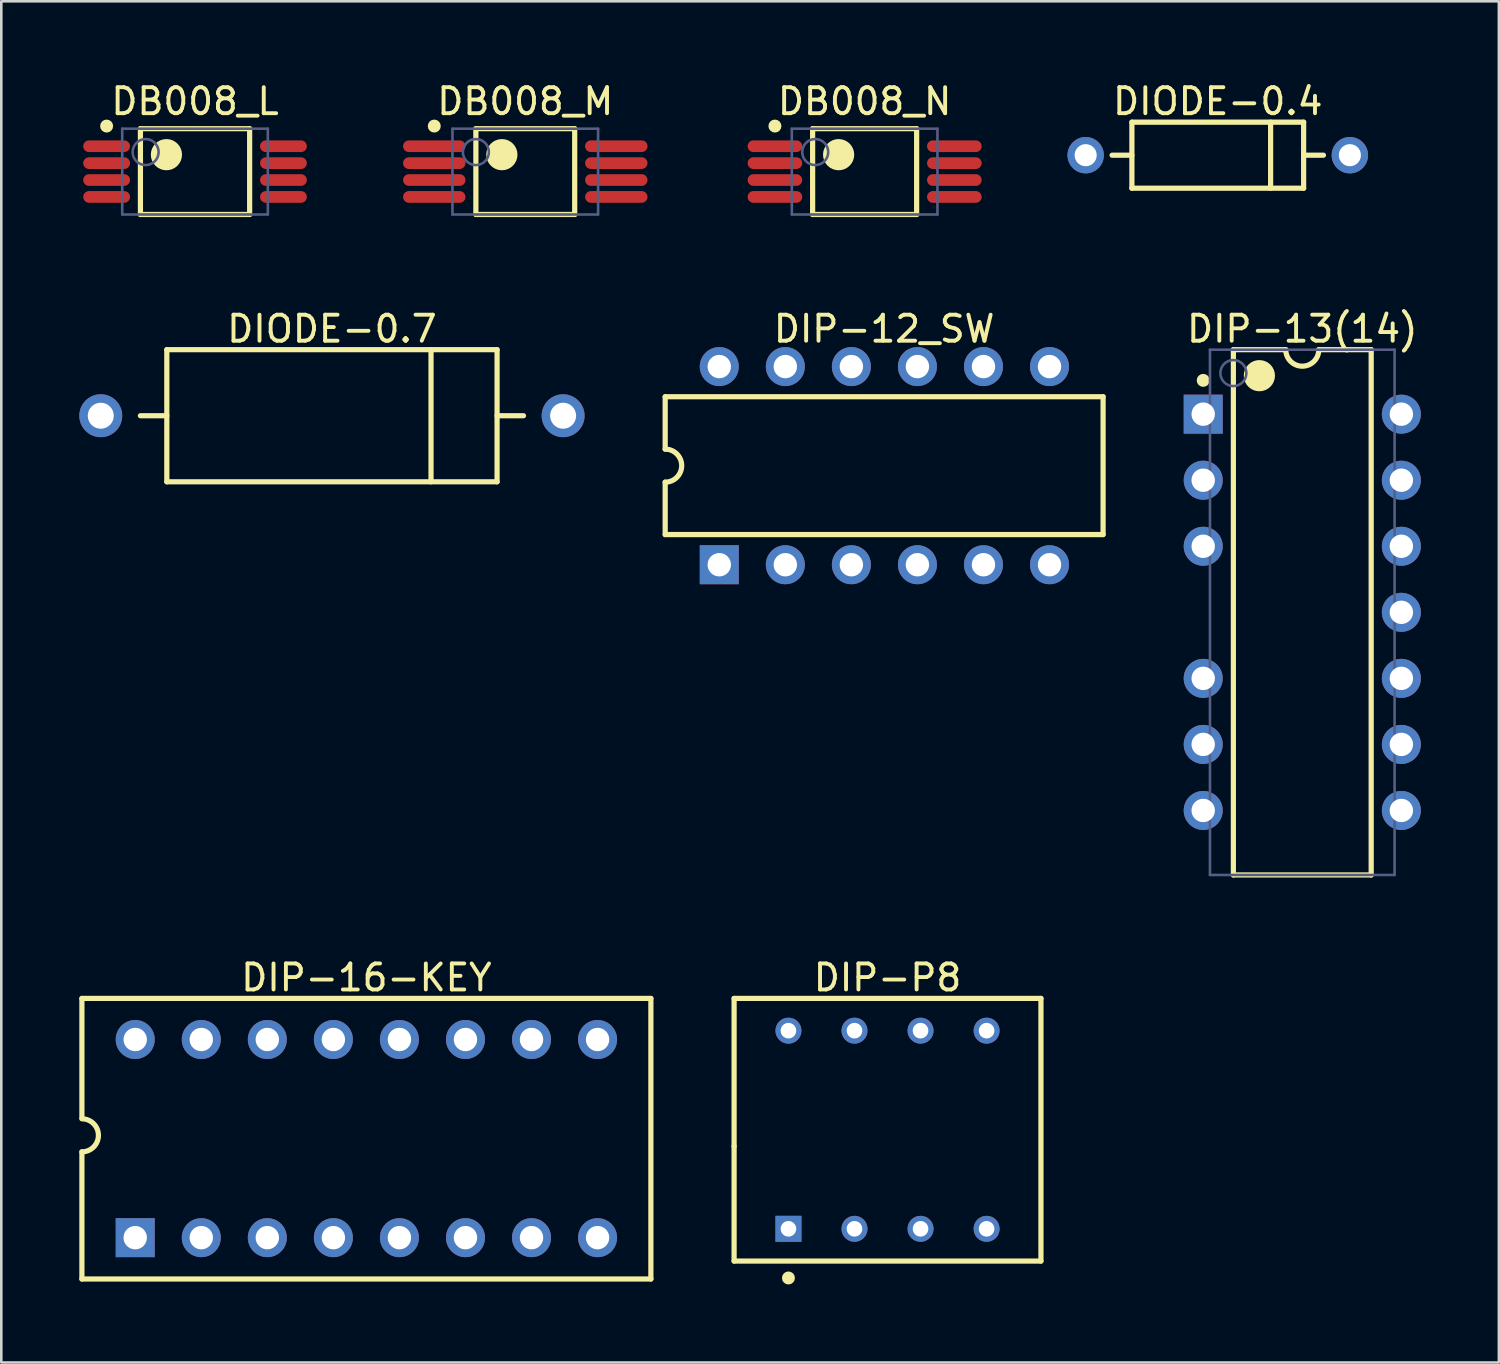
<source format=kicad_pcb>
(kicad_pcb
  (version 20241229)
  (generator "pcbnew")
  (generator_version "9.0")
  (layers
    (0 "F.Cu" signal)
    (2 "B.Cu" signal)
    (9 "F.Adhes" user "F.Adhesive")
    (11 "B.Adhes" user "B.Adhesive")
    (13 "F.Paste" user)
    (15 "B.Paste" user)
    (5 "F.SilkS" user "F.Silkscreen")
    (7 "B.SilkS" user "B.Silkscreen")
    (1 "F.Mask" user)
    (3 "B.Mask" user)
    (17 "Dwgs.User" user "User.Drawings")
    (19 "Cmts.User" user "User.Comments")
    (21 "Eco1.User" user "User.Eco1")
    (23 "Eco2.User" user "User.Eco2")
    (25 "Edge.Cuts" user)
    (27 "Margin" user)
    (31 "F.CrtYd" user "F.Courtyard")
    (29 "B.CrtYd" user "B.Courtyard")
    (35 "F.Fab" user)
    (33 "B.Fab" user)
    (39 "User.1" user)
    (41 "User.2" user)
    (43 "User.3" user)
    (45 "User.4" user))
  (footprint "DIODE-0.7"
    (layer "F.Cu")
    (at 9.715 12.937)
    (property "Reference" "DIODE-0.7" (at 0 -3.34 0) (layer "F.SilkS") (effects (font (size 1 1) (thickness 0.15))))
    (fp_line (start -7.366 0) (end -6.35 0) (stroke (width 0.2) (type solid)) (layer "F.SilkS"))
    (fp_line (start -6.35 -2.54) (end 6.35 -2.54) (stroke (width 0.2) (type solid)) (layer "F.SilkS"))
    (fp_line (start -6.35 2.54) (end -6.35 -2.54) (stroke (width 0.2) (type solid)) (layer "F.SilkS"))
    (fp_line (start -6.35 2.54) (end 6.35 2.54) (stroke (width 0.2) (type solid)) (layer "F.SilkS"))
    (fp_line (start 3.81 2.54) (end 3.81 -2.54) (stroke (width 0.2) (type solid)) (layer "F.SilkS"))
    (fp_line (start 6.35 0) (end 7.366 0) (stroke (width 0.2) (type solid)) (layer "F.SilkS"))
    (fp_line (start 6.35 2.54) (end 6.35 -2.54) (stroke (width 0.2) (type solid)) (layer "F.SilkS"))
    (pad "1" thru_hole circle (at -8.89 0) (size 1.65 1.65) (drill 1) (layers "*.Cu" "*.Mask"))
    (pad "2" thru_hole circle (at 8.89 0) (size 1.65 1.65) (drill 1) (layers "*.Cu" "*.Mask")))
  (footprint "DIODE-0.4"
    (layer "F.Cu")
    (at 43.78 2.918)
    (property "Reference" "DIODE-0.4" (at 0 -2.07 0) (layer "F.SilkS") (effects (font (size 1 1) (thickness 0.15))))
    (fp_line (start -4.064 0) (end -3.302 0) (stroke (width 0.2) (type solid)) (layer "F.SilkS"))
    (fp_line (start -3.302 -1.27) (end 3.302 -1.27) (stroke (width 0.2) (type solid)) (layer "F.SilkS"))
    (fp_line (start -3.302 1.27) (end -3.302 -1.27) (stroke (width 0.2) (type solid)) (layer "F.SilkS"))
    (fp_line (start -3.302 1.27) (end 3.302 1.27) (stroke (width 0.2) (type solid)) (layer "F.SilkS"))
    (fp_line (start 2.032 1.27) (end 2.032 -1.27) (stroke (width 0.2) (type solid)) (layer "F.SilkS"))
    (fp_line (start 3.302 0) (end 4.064 0) (stroke (width 0.2) (type solid)) (layer "F.SilkS"))
    (fp_line (start 3.302 1.27) (end 3.302 -1.27) (stroke (width 0.2) (type solid)) (layer "F.SilkS"))
    (pad "1" thru_hole circle (at -5.08 0) (size 1.4 1.4) (drill 0.85) (layers "*.Cu" "*.Mask"))
    (pad "2" thru_hole circle (at 5.08 0) (size 1.4 1.4) (drill 0.85) (layers "*.Cu" "*.Mask")))
  (footprint "DB008_M"
    (layer "F.Cu")
    (at 17.15 3.548)
    (property "Reference" "DB008_M" (at 0 -2.7 0) (layer "F.SilkS") (effects (font (size 1 1) (thickness 0.15))))
    (fp_line (start -1.9 -1.65) (end 1.9 -1.65) (stroke (width 0.2) (type solid)) (layer "F.SilkS"))
    (fp_line (start -1.9 1.65) (end -1.9 -1.65) (stroke (width 0.2) (type solid)) (layer "F.SilkS"))
    (fp_line (start -1.9 1.65) (end 1.9 1.65) (stroke (width 0.2) (type solid)) (layer "F.SilkS"))
    (fp_line (start 1.9 1.65) (end 1.9 -1.65) (stroke (width 0.2) (type solid)) (layer "F.SilkS"))
    (fp_circle (center -3.5 -1.75) (end -3.5 -1.875) (stroke (width 0.25) (type solid)) (fill no) (layer "F.SilkS"))
    (fp_circle (center -0.9 -0.65) (end -0.9 -0.95) (stroke (width 0.6) (type solid)) (fill no) (layer "F.SilkS"))
    (fp_line (start -5.2 -2.15) (end 5.2 -2.15) (stroke (width 0.1) (type solid)) (layer "Eco2.User"))
    (fp_line (start -5.2 2.15) (end -5.2 -2.15) (stroke (width 0.1) (type solid)) (layer "Eco2.User"))
    (fp_line (start -5.2 2.15) (end 5.2 2.15) (stroke (width 0.1) (type solid)) (layer "Eco2.User"))
    (fp_line (start -0.5 0) (end 0.5 0) (stroke (width 0.1) (type solid)) (layer "Eco2.User"))
    (fp_line (start 0 0.5) (end 0 -0.5) (stroke (width 0.1) (type solid)) (layer "Eco2.User"))
    (fp_line (start 5.2 2.15) (end 5.2 -2.15) (stroke (width 0.1) (type solid)) (layer "Eco2.User"))
    (fp_line (start -2.8 -1.65) (end 2.8 -1.65) (stroke (width 0.1) (type solid)) (layer "B.Fab"))
    (fp_line (start -2.8 1.65) (end -2.8 -1.65) (stroke (width 0.1) (type solid)) (layer "B.Fab"))
    (fp_line (start -2.8 1.65) (end 2.8 1.65) (stroke (width 0.1) (type solid)) (layer "B.Fab"))
    (fp_line (start 2.8 1.65) (end 2.8 -1.65) (stroke (width 0.1) (type solid)) (layer "B.Fab"))
    (fp_circle (center -1.9 -0.75) (end -1.9 -1.25) (stroke (width 0.1) (type solid)) (fill no) (layer "B.Fab"))
    (pad "1" smd oval (at -3.5 -0.975 90) (size 0.45 2.4) (layers "F.Cu" "F.Mask" "F.Paste"))
    (pad "2" smd oval (at -3.5 -0.325 90) (size 0.45 2.4) (layers "F.Cu" "F.Mask" "F.Paste"))
    (pad "3" smd oval (at -3.5 0.325 90) (size 0.45 2.4) (layers "F.Cu" "F.Mask" "F.Paste"))
    (pad "4" smd oval (at -3.5 0.975 90) (size 0.45 2.4) (layers "F.Cu" "F.Mask" "F.Paste"))
    (pad "5" smd oval (at 3.5 0.975 90) (size 0.45 2.4) (layers "F.Cu" "F.Mask" "F.Paste"))
    (pad "6" smd oval (at 3.5 0.325 90) (size 0.45 2.4) (layers "F.Cu" "F.Mask" "F.Paste"))
    (pad "7" smd oval (at 3.5 -0.325 90) (size 0.45 2.4) (layers "F.Cu" "F.Mask" "F.Paste"))
    (pad "8" smd oval (at 3.5 -0.975 90) (size 0.45 2.4) (layers "F.Cu" "F.Mask" "F.Paste")))
  (footprint "DIP-P8"
    (layer "F.Cu")
    (at 31.08 40.395)
    (property "Reference" "DIP-P8" (at 0 -5.85 0) (layer "F.SilkS") (effects (font (size 1 1) (thickness 0.15))))
    (fp_line (start -5.9 -5.05) (end 5.9 -5.05) (stroke (width 0.2) (type solid)) (layer "F.SilkS"))
    (fp_line (start -5.9 0.635) (end -5.9 -5.05) (stroke (width 0.2) (type solid)) (layer "F.SilkS"))
    (fp_line (start -5.9 5.05) (end -5.9 0.635) (stroke (width 0.2) (type solid)) (layer "F.SilkS"))
    (fp_line (start -5.9 5.05) (end 5.9 5.05) (stroke (width 0.2) (type solid)) (layer "F.SilkS"))
    (fp_line (start 5.9 5.05) (end 5.9 -5.05) (stroke (width 0.2) (type solid)) (layer "F.SilkS"))
    (fp_circle (center -3.81 5.7) (end -3.81 5.575) (stroke (width 0.25) (type solid)) (fill no) (layer "F.SilkS"))
    (pad "1" thru_hole rect (at -3.81 3.81 90) (size 1 1) (drill 0.6) (layers "*.Cu" "*.Mask"))
    (pad "2" thru_hole circle (at -1.27 3.81) (size 1 1) (drill 0.6) (layers "*.Cu" "*.Mask"))
    (pad "3" thru_hole circle (at 1.27 3.81) (size 1 1) (drill 0.6) (layers "*.Cu" "*.Mask"))
    (pad "4" thru_hole circle (at 3.81 3.81 90) (size 1 1) (drill 0.6) (layers "*.Cu" "*.Mask"))
    (pad "5" thru_hole circle (at 3.81 -3.81 90) (size 1 1) (drill 0.6) (layers "*.Cu" "*.Mask"))
    (pad "6" thru_hole circle (at 1.27 -3.81) (size 1 1) (drill 0.6) (layers "*.Cu" "*.Mask"))
    (pad "7" thru_hole circle (at -1.27 -3.81 90) (size 1 1) (drill 0.6) (layers "*.Cu" "*.Mask"))
    (pad "8" thru_hole circle (at -3.81 -3.81) (size 1 1) (drill 0.6) (layers "*.Cu" "*.Mask")))
  (footprint "DB008_N"
    (layer "F.Cu")
    (at 30.2 3.548)
    (property "Reference" "DB008_N" (at 0 -2.7 0) (layer "F.SilkS") (effects (font (size 1 1) (thickness 0.15))))
    (fp_line (start -2 -1.65) (end 2 -1.65) (stroke (width 0.2) (type solid)) (layer "F.SilkS"))
    (fp_line (start -2 1.65) (end -2 -1.65) (stroke (width 0.2) (type solid)) (layer "F.SilkS"))
    (fp_line (start -2 1.65) (end 2 1.65) (stroke (width 0.2) (type solid)) (layer "F.SilkS"))
    (fp_line (start 2 1.65) (end 2 -1.65) (stroke (width 0.2) (type solid)) (layer "F.SilkS"))
    (fp_circle (center -3.45 -1.75) (end -3.45 -1.875) (stroke (width 0.25) (type solid)) (fill no) (layer "F.SilkS"))
    (fp_circle (center -1 -0.65) (end -1 -0.95) (stroke (width 0.6) (type solid)) (fill no) (layer "F.SilkS"))
    (fp_line (start -4.75 -1.9) (end 4.75 -1.9) (stroke (width 0.1) (type solid)) (layer "Eco2.User"))
    (fp_line (start -4.75 1.9) (end -4.75 -1.9) (stroke (width 0.1) (type solid)) (layer "Eco2.User"))
    (fp_line (start -4.75 1.9) (end 4.75 1.9) (stroke (width 0.1) (type solid)) (layer "Eco2.User"))
    (fp_line (start -0.5 0) (end 0.5 0) (stroke (width 0.1) (type solid)) (layer "Eco2.User"))
    (fp_line (start 0 0.5) (end 0 -0.5) (stroke (width 0.1) (type solid)) (layer "Eco2.User"))
    (fp_line (start 4.75 1.9) (end 4.75 -1.9) (stroke (width 0.1) (type solid)) (layer "Eco2.User"))
    (fp_line (start -2.8 -1.65) (end 2.8 -1.65) (stroke (width 0.1) (type solid)) (layer "B.Fab"))
    (fp_line (start -2.8 1.65) (end -2.8 -1.65) (stroke (width 0.1) (type solid)) (layer "B.Fab"))
    (fp_line (start -2.8 1.65) (end 2.8 1.65) (stroke (width 0.1) (type solid)) (layer "B.Fab"))
    (fp_line (start 2.8 1.65) (end 2.8 -1.65) (stroke (width 0.1) (type solid)) (layer "B.Fab"))
    (fp_circle (center -1.9 -0.75) (end -1.9 -1.25) (stroke (width 0.1) (type solid)) (fill no) (layer "B.Fab"))
    (pad "1" smd oval (at -3.45 -0.975 90) (size 0.45 2.1) (layers "F.Cu" "F.Mask" "F.Paste"))
    (pad "2" smd oval (at -3.45 -0.325 90) (size 0.45 2.1) (layers "F.Cu" "F.Mask" "F.Paste"))
    (pad "3" smd oval (at -3.45 0.325 90) (size 0.45 2.1) (layers "F.Cu" "F.Mask" "F.Paste"))
    (pad "4" smd oval (at -3.45 0.975 90) (size 0.45 2.1) (layers "F.Cu" "F.Mask" "F.Paste"))
    (pad "5" smd oval (at 3.45 0.975 90) (size 0.45 2.1) (layers "F.Cu" "F.Mask" "F.Paste"))
    (pad "6" smd oval (at 3.45 0.325 90) (size 0.45 2.1) (layers "F.Cu" "F.Mask" "F.Paste"))
    (pad "7" smd oval (at 3.45 -0.325 90) (size 0.45 2.1) (layers "F.Cu" "F.Mask" "F.Paste"))
    (pad "8" smd oval (at 3.45 -0.975 90) (size 0.45 2.1) (layers "F.Cu" "F.Mask" "F.Paste")))
  (footprint "DIP-16-KEY"
    (layer "F.Cu")
    (at 2.15 44.545)
    (property "Reference" "DIP-16-KEY" (at 8.89 -10 0) (layer "F.SilkS") (effects (font (size 1 1) (thickness 0.15))))
    (fp_line (start -2.05 -9.2) (end 19.83 -9.2) (stroke (width 0.2) (type solid)) (layer "F.SilkS"))
    (fp_line (start -2.05 -4.6) (end -2.05 -9.2) (stroke (width 0.2) (type solid)) (layer "F.SilkS"))
    (fp_line (start -2.05 1.59) (end -2.05 -3.3) (stroke (width 0.2) (type solid)) (layer "F.SilkS"))
    (fp_line (start -2.05 1.59) (end 19.83 1.59) (stroke (width 0.2) (type solid)) (layer "F.SilkS"))
    (fp_line (start 19.83 1.59) (end 19.83 -9.2) (stroke (width 0.2) (type solid)) (layer "F.SilkS"))
    (fp_arc (start -2.05 -4.57) (mid -1.415 -3.935) (end -2.05 -3.3) (stroke (width 0.2) (type solid)) (layer "F.SilkS"))
    (pad "1" thru_hole rect (at 0 0 90) (size 1.5 1.5) (drill 0.9) (layers "*.Cu" "*.Mask"))
    (pad "2" thru_hole circle (at 2.54 0 90) (size 1.5 1.5) (drill 0.9) (layers "*.Cu" "*.Mask"))
    (pad "3" thru_hole circle (at 5.08 0 90) (size 1.5 1.5) (drill 0.9) (layers "*.Cu" "*.Mask"))
    (pad "4" thru_hole circle (at 7.62 0 90) (size 1.5 1.5) (drill 0.9) (layers "*.Cu" "*.Mask"))
    (pad "5" thru_hole circle (at 10.16 0 90) (size 1.5 1.5) (drill 0.9) (layers "*.Cu" "*.Mask"))
    (pad "6" thru_hole circle (at 12.7 0 90) (size 1.5 1.5) (drill 0.9) (layers "*.Cu" "*.Mask"))
    (pad "7" thru_hole circle (at 15.24 0 90) (size 1.5 1.5) (drill 0.9) (layers "*.Cu" "*.Mask"))
    (pad "8" thru_hole circle (at 17.78 0 90) (size 1.5 1.5) (drill 0.9) (layers "*.Cu" "*.Mask"))
    (pad "9" thru_hole circle (at 17.78 -7.62 90) (size 1.5 1.5) (drill 0.9) (layers "*.Cu" "*.Mask"))
    (pad "10" thru_hole circle (at 15.24 -7.62 90) (size 1.5 1.5) (drill 0.9) (layers "*.Cu" "*.Mask"))
    (pad "11" thru_hole circle (at 12.7 -7.62 90) (size 1.5 1.5) (drill 0.9) (layers "*.Cu" "*.Mask"))
    (pad "12" thru_hole circle (at 10.16 -7.62 90) (size 1.5 1.5) (drill 0.9) (layers "*.Cu" "*.Mask"))
    (pad "13" thru_hole circle (at 7.62 -7.62 90) (size 1.5 1.5) (drill 0.9) (layers "*.Cu" "*.Mask"))
    (pad "14" thru_hole circle (at 5.08 -7.62 90) (size 1.5 1.5) (drill 0.9) (layers "*.Cu" "*.Mask"))
    (pad "15" thru_hole circle (at 2.54 -7.62 90) (size 1.5 1.5) (drill 0.9) (layers "*.Cu" "*.Mask"))
    (pad "16" thru_hole circle (at 0 -7.62 90) (size 1.5 1.5) (drill 0.9) (layers "*.Cu" "*.Mask")))
  (footprint "DIP-13(14)"
    (layer "F.Cu")
    (at 47.03 20.497)
    (property "Reference" "DIP-13(14)" (at 0 -10.9 0) (layer "F.SilkS") (effects (font (size 1 1) (thickness 0.15))))
    (fp_line (start -2.65 -10.1) (end -0.635 -10.1) (stroke (width 0.2) (type solid)) (layer "F.SilkS"))
    (fp_line (start -2.65 10.1) (end -2.65 -10.1) (stroke (width 0.2) (type solid)) (layer "F.SilkS"))
    (fp_line (start -2.65 10.1) (end 2.65 10.1) (stroke (width 0.2) (type solid)) (layer "F.SilkS"))
    (fp_line (start 0.635 -10.1) (end 2.65 -10.1) (stroke (width 0.2) (type solid)) (layer "F.SilkS"))
    (fp_line (start 2.65 10.1) (end 2.65 -10.1) (stroke (width 0.2) (type solid)) (layer "F.SilkS"))
    (fp_arc (start 0.635 -10.1) (mid 0 -9.465) (end -0.635 -10.1) (stroke (width 0.2) (type solid)) (layer "F.SilkS"))
    (fp_circle (center -3.81 -8.92) (end -3.81 -9.045) (stroke (width 0.25) (type solid)) (fill no) (layer "F.SilkS"))
    (fp_circle (center -1.65 -9.1) (end -1.65 -9.4) (stroke (width 0.6) (type solid)) (fill no) (layer "F.SilkS"))
    (fp_line (start -0.5 0) (end 0.5 0) (stroke (width 0.1) (type solid)) (layer "Eco2.User"))
    (fp_line (start 0 0.5) (end 0 -0.5) (stroke (width 0.1) (type solid)) (layer "Eco2.User"))
    (fp_line (start -3.55 -10.1) (end 3.55 -10.1) (stroke (width 0.1) (type solid)) (layer "B.Fab"))
    (fp_line (start -3.55 10.1) (end -3.55 -10.1) (stroke (width 0.1) (type solid)) (layer "B.Fab"))
    (fp_line (start -3.55 10.1) (end 3.55 10.1) (stroke (width 0.1) (type solid)) (layer "B.Fab"))
    (fp_line (start 3.55 10.1) (end 3.55 -10.1) (stroke (width 0.1) (type solid)) (layer "B.Fab"))
    (fp_circle (center -2.65 -9.2) (end -2.65 -9.7) (stroke (width 0.1) (type solid)) (fill no) (layer "B.Fab"))
    (pad "1" thru_hole rect (at -3.81 -7.62) (size 1.5 1.5) (drill 0.9) (layers "*.Cu" "*.Mask"))
    (pad "2" thru_hole circle (at -3.81 -5.08) (size 1.5 1.5) (drill 0.9) (layers "*.Cu" "*.Mask"))
    (pad "3" thru_hole circle (at -3.81 -2.54) (size 1.5 1.5) (drill 0.9) (layers "*.Cu" "*.Mask"))
    (pad "5" thru_hole circle (at -3.81 2.54) (size 1.5 1.5) (drill 0.9) (layers "*.Cu" "*.Mask"))
    (pad "6" thru_hole circle (at -3.81 5.08) (size 1.5 1.5) (drill 0.9) (layers "*.Cu" "*.Mask"))
    (pad "7" thru_hole circle (at -3.81 7.62) (size 1.5 1.5) (drill 0.9) (layers "*.Cu" "*.Mask"))
    (pad "8" thru_hole circle (at 3.81 7.62) (size 1.5 1.5) (drill 0.9) (layers "*.Cu" "*.Mask"))
    (pad "9" thru_hole circle (at 3.81 5.08) (size 1.5 1.5) (drill 0.9) (layers "*.Cu" "*.Mask"))
    (pad "10" thru_hole circle (at 3.81 2.54) (size 1.5 1.5) (drill 0.9) (layers "*.Cu" "*.Mask"))
    (pad "11" thru_hole circle (at 3.81 0) (size 1.5 1.5) (drill 0.9) (layers "*.Cu" "*.Mask"))
    (pad "12" thru_hole circle (at 3.81 -2.54) (size 1.5 1.5) (drill 0.9) (layers "*.Cu" "*.Mask"))
    (pad "13" thru_hole circle (at 3.81 -5.08) (size 1.5 1.5) (drill 0.9) (layers "*.Cu" "*.Mask"))
    (pad "14" thru_hole circle (at 3.81 -7.62) (size 1.5 1.5) (drill 0.9) (layers "*.Cu" "*.Mask")))
  (footprint "DIP-12_SW"
    (layer "F.Cu")
    (at 30.96 14.857)
    (property "Reference" "DIP-12_SW" (at -0.01 -5.26 0) (layer "F.SilkS") (effects (font (size 1 1) (thickness 0.15))))
    (fp_line (start -8.43 -2.65) (end 8.41 -2.65) (stroke (width 0.2) (type solid)) (layer "F.SilkS"))
    (fp_line (start -8.43 -0.635) (end -8.43 -2.65) (stroke (width 0.2) (type solid)) (layer "F.SilkS"))
    (fp_line (start -8.43 2.65) (end -8.43 0.635) (stroke (width 0.2) (type solid)) (layer "F.SilkS"))
    (fp_line (start -8.43 2.65) (end 8.41 2.65) (stroke (width 0.2) (type solid)) (layer "F.SilkS"))
    (fp_line (start 8.41 2.65) (end 8.41 -2.65) (stroke (width 0.2) (type solid)) (layer "F.SilkS"))
    (fp_arc (start -8.43001 -0.635) (mid -7.79501 0) (end -8.43001 0.635) (stroke (width 0.2) (type solid)) (layer "F.SilkS"))
    (pad "1" thru_hole rect (at -6.35 3.81 90) (size 1.5 1.5) (drill 0.9) (layers "*.Cu" "*.Mask"))
    (pad "2" thru_hole circle (at -3.81 3.81 90) (size 1.5 1.5) (drill 0.9) (layers "*.Cu" "*.Mask"))
    (pad "3" thru_hole circle (at -1.27 3.81 90) (size 1.5 1.5) (drill 0.9) (layers "*.Cu" "*.Mask"))
    (pad "4" thru_hole circle (at 1.27 3.81 90) (size 1.5 1.5) (drill 0.9) (layers "*.Cu" "*.Mask"))
    (pad "5" thru_hole circle (at 3.81 3.81 90) (size 1.5 1.5) (drill 0.9) (layers "*.Cu" "*.Mask"))
    (pad "6" thru_hole circle (at 6.35 3.81 90) (size 1.5 1.5) (drill 0.9) (layers "*.Cu" "*.Mask"))
    (pad "7" thru_hole circle (at 6.35 -3.81 90) (size 1.5 1.5) (drill 0.9) (layers "*.Cu" "*.Mask"))
    (pad "8" thru_hole circle (at 3.81 -3.81 90) (size 1.5 1.5) (drill 0.9) (layers "*.Cu" "*.Mask"))
    (pad "9" thru_hole circle (at 1.27 -3.81 90) (size 1.5 1.5) (drill 0.9) (layers "*.Cu" "*.Mask"))
    (pad "10" thru_hole circle (at -1.27 -3.81 90) (size 1.5 1.5) (drill 0.9) (layers "*.Cu" "*.Mask"))
    (pad "11" thru_hole circle (at -3.81 -3.81 90) (size 1.5 1.5) (drill 0.9) (layers "*.Cu" "*.Mask"))
    (pad "12" thru_hole circle (at -6.35 -3.81 90) (size 1.5 1.5) (drill 0.9) (layers "*.Cu" "*.Mask")))
  (footprint "DB008_L"
    (layer "F.Cu")
    (at 4.45 3.548)
    (property "Reference" "DB008_L" (at 0 -2.7 0) (layer "F.SilkS") (effects (font (size 1 1) (thickness 0.15))))
    (fp_line (start -2.1 -1.65) (end 2.1 -1.65) (stroke (width 0.2) (type solid)) (layer "F.SilkS"))
    (fp_line (start -2.1 1.65) (end -2.1 -1.65) (stroke (width 0.2) (type solid)) (layer "F.SilkS"))
    (fp_line (start -2.1 1.65) (end 2.1 1.65) (stroke (width 0.2) (type solid)) (layer "F.SilkS"))
    (fp_line (start 2.1 1.65) (end 2.1 -1.65) (stroke (width 0.2) (type solid)) (layer "F.SilkS"))
    (fp_circle (center -3.4 -1.75) (end -3.4 -1.875) (stroke (width 0.25) (type solid)) (fill no) (layer "F.SilkS"))
    (fp_circle (center -1.1 -0.65) (end -1.1 -0.95) (stroke (width 0.6) (type solid)) (fill no) (layer "F.SilkS"))
    (fp_line (start -4.4 -1.75) (end 4.4 -1.75) (stroke (width 0.1) (type solid)) (layer "Eco2.User"))
    (fp_line (start -4.4 1.75) (end -4.4 -1.75) (stroke (width 0.1) (type solid)) (layer "Eco2.User"))
    (fp_line (start -4.4 1.75) (end 4.4 1.75) (stroke (width 0.1) (type solid)) (layer "Eco2.User"))
    (fp_line (start -0.5 0) (end 0.5 0) (stroke (width 0.1) (type solid)) (layer "Eco2.User"))
    (fp_line (start 0 0.5) (end 0 -0.5) (stroke (width 0.1) (type solid)) (layer "Eco2.User"))
    (fp_line (start 4.4 1.75) (end 4.4 -1.75) (stroke (width 0.1) (type solid)) (layer "Eco2.User"))
    (fp_line (start -2.8 -1.65) (end 2.8 -1.65) (stroke (width 0.1) (type solid)) (layer "B.Fab"))
    (fp_line (start -2.8 1.65) (end -2.8 -1.65) (stroke (width 0.1) (type solid)) (layer "B.Fab"))
    (fp_line (start -2.8 1.65) (end 2.8 1.65) (stroke (width 0.1) (type solid)) (layer "B.Fab"))
    (fp_line (start 2.8 1.65) (end 2.8 -1.65) (stroke (width 0.1) (type solid)) (layer "B.Fab"))
    (fp_circle (center -1.9 -0.75) (end -1.9 -1.25) (stroke (width 0.1) (type solid)) (fill no) (layer "B.Fab"))
    (pad "1" smd oval (at -3.4 -0.975 90) (size 0.45 1.8) (layers "F.Cu" "F.Mask" "F.Paste"))
    (pad "2" smd oval (at -3.4 -0.325 90) (size 0.45 1.8) (layers "F.Cu" "F.Mask" "F.Paste"))
    (pad "3" smd oval (at -3.4 0.325 90) (size 0.45 1.8) (layers "F.Cu" "F.Mask" "F.Paste"))
    (pad "4" smd oval (at -3.4 0.975 90) (size 0.45 1.8) (layers "F.Cu" "F.Mask" "F.Paste"))
    (pad "5" smd oval (at 3.4 0.975 90) (size 0.45 1.8) (layers "F.Cu" "F.Mask" "F.Paste"))
    (pad "6" smd oval (at 3.4 0.325 90) (size 0.45 1.8) (layers "F.Cu" "F.Mask" "F.Paste"))
    (pad "7" smd oval (at 3.4 -0.325 90) (size 0.45 1.8) (layers "F.Cu" "F.Mask" "F.Paste"))
    (pad "8" smd oval (at 3.4 -0.975 90) (size 0.45 1.8) (layers "F.Cu" "F.Mask" "F.Paste")))
  (gr_rect
    (start -3 -3)
    (end 54.59 49.345)
    (stroke (width 0.1) (type default))
    (fill no)
    (layer "Edge.Cuts")))
</source>
